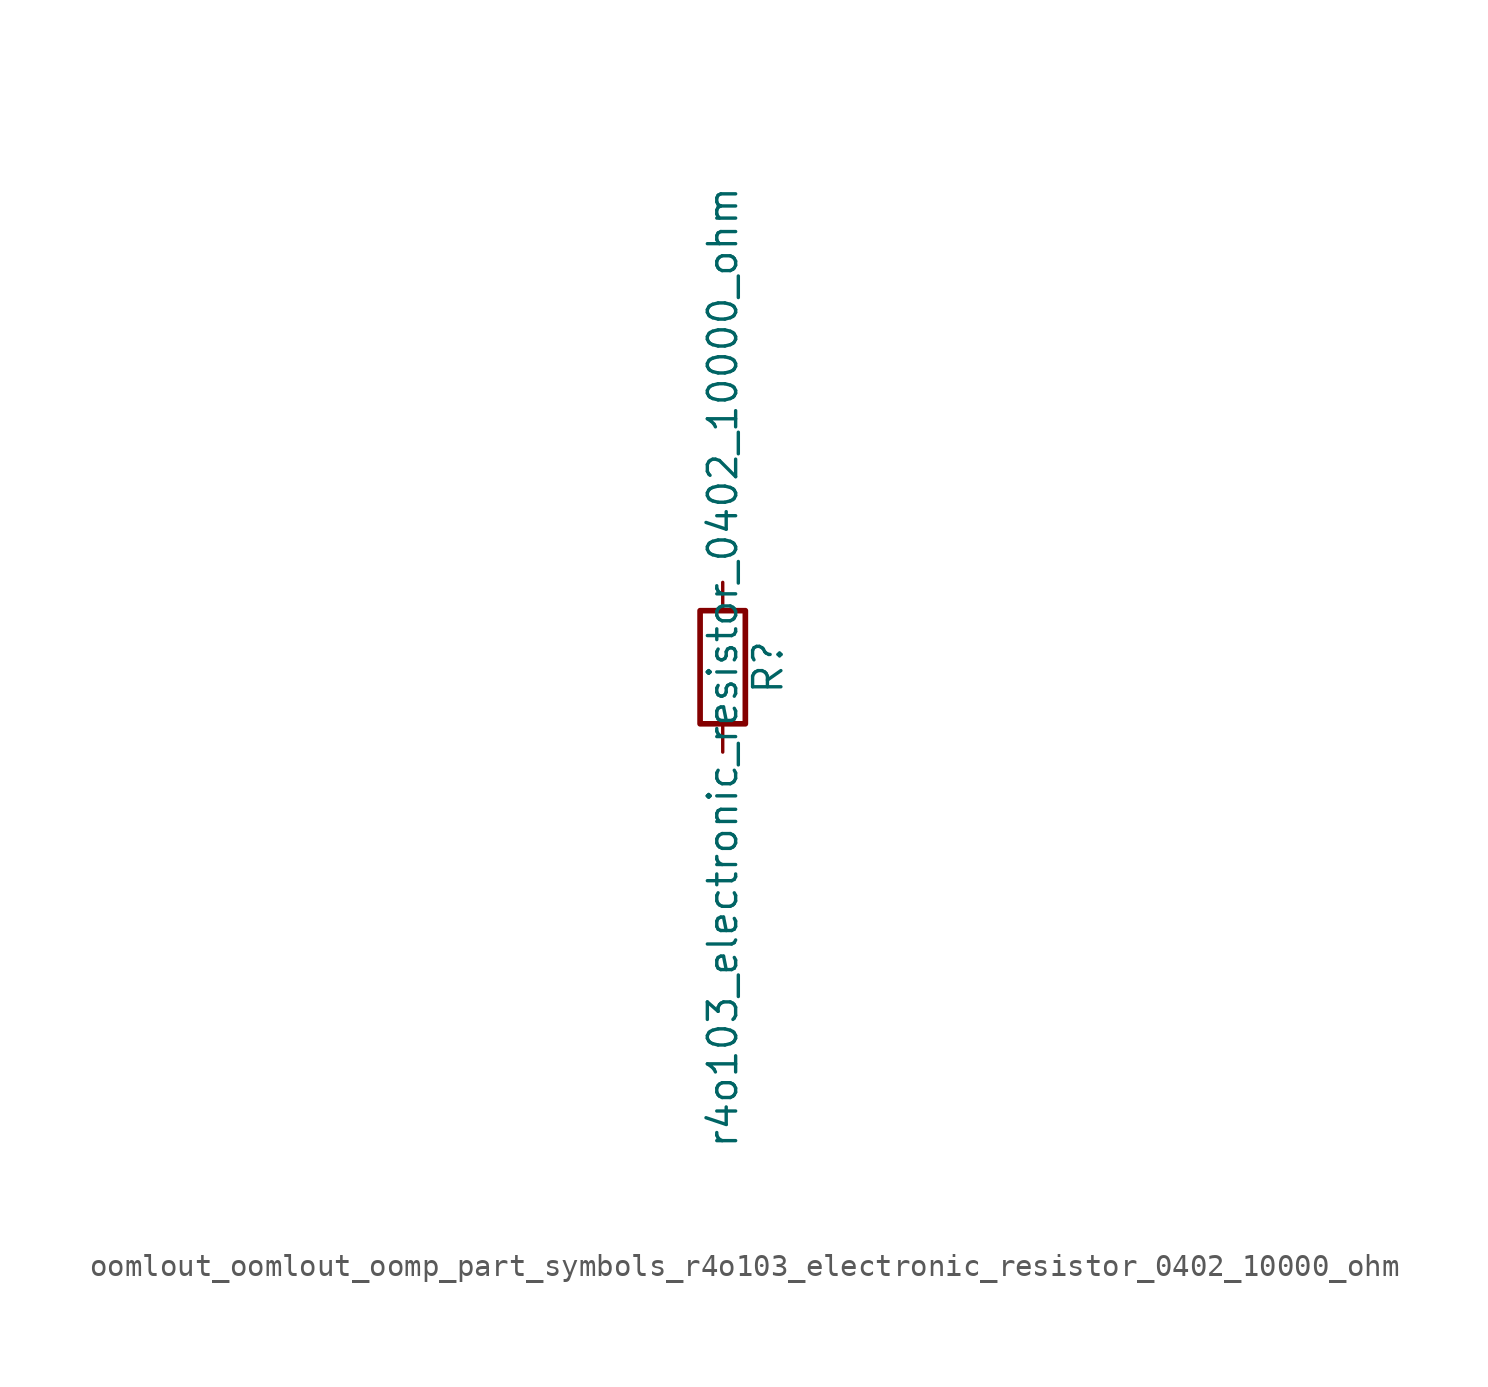
<source format=kicad_sym>
(kicad_symbol_lib
  (version 20220914)
  (generator kicad_symbol_editor)
  (symbol "oomlout_oomlout_oomp_part_symbols_r4o103_electronic_resistor_0402_10000_ohm"
    (pin_numbers hide)
    (pin_names
      (offset 0))
    (property "Reference" "R"
      (at 2.032 0 90)
      (effects (font (size 1.27 1.27))))
    (property "Value" "r4o103_electronic_resistor_0402_10000_ohm"
      (at 0 0 90)
      (effects (font (size 1.27 1.27))))
    (symbol "oomlout_oomlout_oomp_part_symbols_r4o103_electronic_resistor_0402_10000_ohm_0_1"
      (rectangle (start -1.016 -2.54) (end 1.016 2.54) (stroke (width 0.254) (type default)) (fill (type none))))
    (symbol "oomlout_oomlout_oomp_part_symbols_r4o103_electronic_resistor_0402_10000_ohm_1_1"
      (pin passive line (at 0 3.81 270) (length 1.27) (name "~" (effects (font (size 1.27 1.27)))) (number "1" (effects (font (size 1.27 1.27)))))
      (pin passive line (at 0 -3.81 90) (length 1.27) (name "~" (effects (font (size 1.27 1.27)))) (number "2" (effects (font (size 1.27 1.27))))))))
</source>
